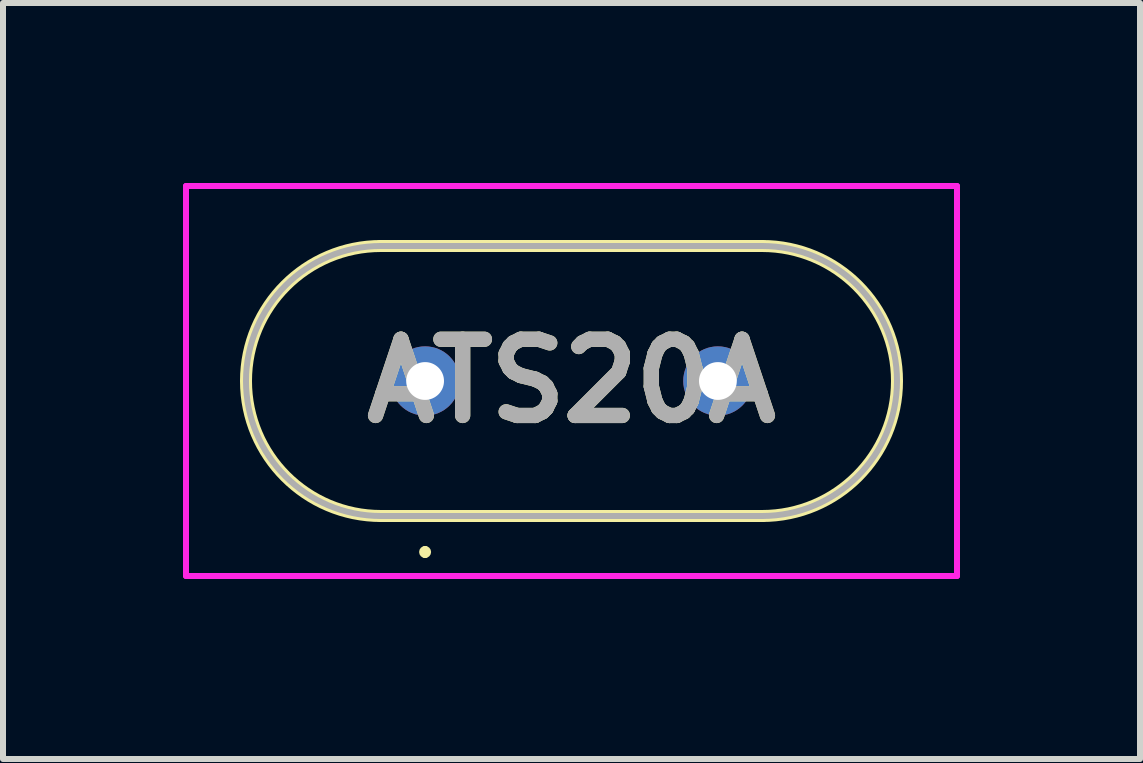
<source format=kicad_pcb>
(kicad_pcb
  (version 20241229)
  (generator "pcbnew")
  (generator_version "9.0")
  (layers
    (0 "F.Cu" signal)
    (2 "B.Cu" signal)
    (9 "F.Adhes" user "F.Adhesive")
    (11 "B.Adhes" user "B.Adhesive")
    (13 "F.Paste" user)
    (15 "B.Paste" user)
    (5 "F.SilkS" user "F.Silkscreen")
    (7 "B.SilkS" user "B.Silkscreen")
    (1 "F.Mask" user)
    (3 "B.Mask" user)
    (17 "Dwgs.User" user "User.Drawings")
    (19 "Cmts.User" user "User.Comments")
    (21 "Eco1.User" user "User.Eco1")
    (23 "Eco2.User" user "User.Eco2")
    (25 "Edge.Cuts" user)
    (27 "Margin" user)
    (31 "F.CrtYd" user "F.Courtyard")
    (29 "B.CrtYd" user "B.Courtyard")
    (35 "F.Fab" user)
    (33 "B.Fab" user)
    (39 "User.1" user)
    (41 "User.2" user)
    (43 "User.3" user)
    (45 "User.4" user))
  (footprint "ATS20A"
    (layer "F.Cu")
    (at 4.035 3.3)
    (property "Reference" "ATS20A" (at 2.44 0 0) (layer "F.SilkS") (effects (font (size 1.27 1.27) (thickness 0.254))))
    (attr through_hole)
    (fp_line (start -0.735 -2.25) (end -0.735 -2.25) (stroke (width 0.2) (type solid)) (layer "F.SilkS"))
    (fp_line (start -0.735 2.25) (end 5.615 2.25) (stroke (width 0.2) (type solid)) (layer "F.SilkS"))
    (fp_line (start 0 2.8) (end 0 2.8) (stroke (width 0.1) (type solid)) (layer "F.SilkS"))
    (fp_line (start 0 2.9) (end 0 2.9) (stroke (width 0.1) (type solid)) (layer "F.SilkS"))
    (fp_line (start 5.615 -2.25) (end -0.735 -2.25) (stroke (width 0.2) (type solid)) (layer "F.SilkS"))
    (fp_line (start 5.615 2.25) (end 5.615 2.25) (stroke (width 0.2) (type solid)) (layer "F.SilkS"))
    (fp_arc (start -0.735 2.25) (mid -2.985 0) (end -0.735 -2.25) (stroke (width 0.2) (type solid)) (layer "F.SilkS"))
    (fp_arc (start 0 2.8) (mid 0.05 2.85) (end 0 2.9) (stroke (width 0.1) (type solid)) (layer "F.SilkS"))
    (fp_arc (start 0 2.9) (mid -0.05 2.85) (end 0 2.8) (stroke (width 0.1) (type solid)) (layer "F.SilkS"))
    (fp_arc (start 5.615 -2.25) (mid 7.865 0) (end 5.615 2.25) (stroke (width 0.2) (type solid)) (layer "F.SilkS"))
    (fp_line (start -3.985 -3.25) (end 8.865 -3.25) (stroke (width 0.1) (type solid)) (layer "F.CrtYd"))
    (fp_line (start -3.985 3.25) (end -3.985 -3.25) (stroke (width 0.1) (type solid)) (layer "F.CrtYd"))
    (fp_line (start 8.865 -3.25) (end 8.865 3.25) (stroke (width 0.1) (type solid)) (layer "F.CrtYd"))
    (fp_line (start 8.865 3.25) (end -3.985 3.25) (stroke (width 0.1) (type solid)) (layer "F.CrtYd"))
    (fp_line (start -0.735 -2.25) (end -0.735 -2.25) (stroke (width 0.1) (type solid)) (layer "F.Fab"))
    (fp_line (start -0.735 2.25) (end 5.615 2.25) (stroke (width 0.1) (type solid)) (layer "F.Fab"))
    (fp_line (start 5.615 -2.25) (end -0.735 -2.25) (stroke (width 0.1) (type solid)) (layer "F.Fab"))
    (fp_line (start 5.615 2.25) (end 5.615 2.25) (stroke (width 0.1) (type solid)) (layer "F.Fab"))
    (fp_arc (start -0.735 2.25) (mid -2.985 0) (end -0.735 -2.25) (stroke (width 0.1) (type solid)) (layer "F.Fab"))
    (fp_arc (start 5.615 -2.25) (mid 7.865 0) (end 5.615 2.25) (stroke (width 0.1) (type solid)) (layer "F.Fab"))
    (fp_text user "${REFERENCE}" (at 2.44 0 0) (layer "F.Fab") (effects (font (size 1.27 1.27) (thickness 0.254))))
    (pad "1" thru_hole circle (at 0 0) (size 1.155 1.155) (drill 0.63) (layers "*.Cu" "*.Mask"))
    (pad "2" thru_hole circle (at 4.88 0) (size 1.155 1.155) (drill 0.63) (layers "*.Cu" "*.Mask")))
  (gr_rect
    (start -3 -3)
    (end 15.95 9.6)
    (stroke (width 0.1) (type default))
    (fill no)
    (layer "Edge.Cuts")))
</source>
